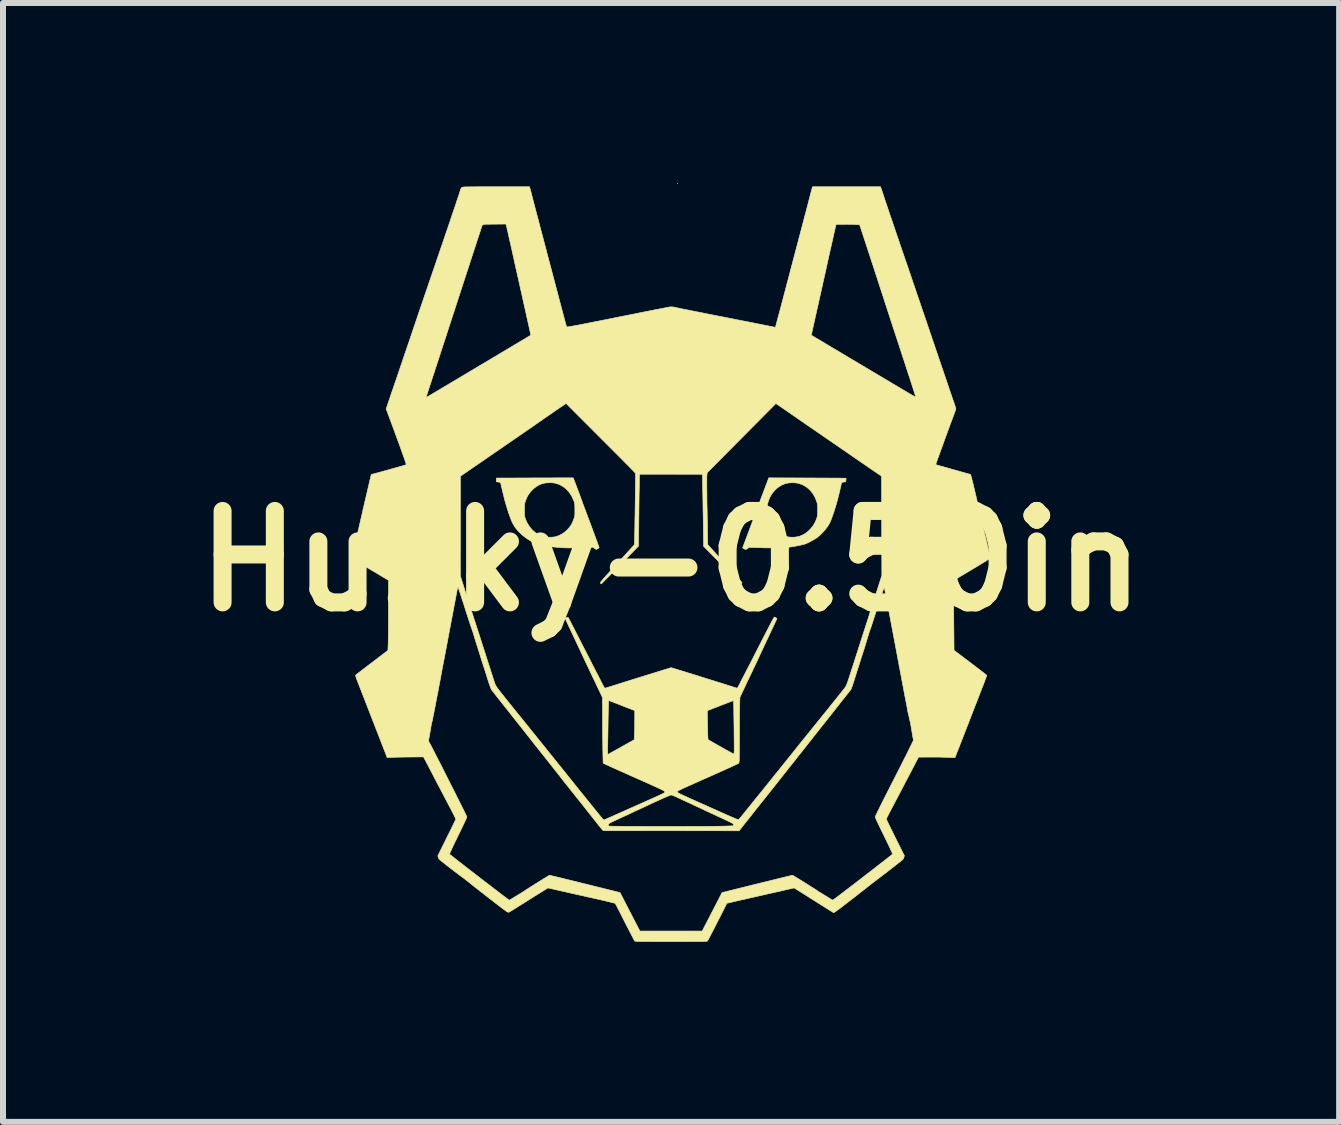
<source format=kicad_pcb>
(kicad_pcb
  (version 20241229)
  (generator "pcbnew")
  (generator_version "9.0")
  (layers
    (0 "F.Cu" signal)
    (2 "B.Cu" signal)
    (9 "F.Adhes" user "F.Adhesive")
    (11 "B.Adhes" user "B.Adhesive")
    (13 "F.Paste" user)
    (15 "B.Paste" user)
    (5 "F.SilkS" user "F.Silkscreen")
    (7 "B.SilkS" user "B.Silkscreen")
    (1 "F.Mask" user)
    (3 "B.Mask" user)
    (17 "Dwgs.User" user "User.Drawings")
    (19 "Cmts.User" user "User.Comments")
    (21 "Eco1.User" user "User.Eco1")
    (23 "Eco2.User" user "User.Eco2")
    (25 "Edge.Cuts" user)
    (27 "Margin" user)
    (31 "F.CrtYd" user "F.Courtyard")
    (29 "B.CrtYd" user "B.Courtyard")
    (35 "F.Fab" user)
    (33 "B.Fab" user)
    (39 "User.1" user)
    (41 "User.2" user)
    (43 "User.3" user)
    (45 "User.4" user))
  (footprint "Husky-0.50in"
    (layer "F.Cu")
    (at 8.135 6.301)
    (property "Reference" "Husky-0.50in" (at 0 0 0) (layer "F.SilkS") (effects (font (size 1.524 1.524) (thickness 0.3))))
    (attr through_hole)
    (fp_poly (pts (xy 0.108 -6.293) (xy 0.105 -6.289) (xy 0.102 -6.293) (xy 0.105 -6.296) (xy 0.108 -6.293)) (stroke (width 0.01) (type solid)) (fill yes) (layer "F.SilkS"))
    (fp_poly (pts (xy 2.272 -1.384) (xy 2.361 -1.384) (xy 2.447 -1.383) (xy 2.528 -1.383) (xy 2.604 -1.383) (xy 2.674 -1.382) (xy 2.737 -1.382) (xy 2.791 -1.382) (xy 2.837 -1.381) (xy 2.874 -1.381) (xy 2.9 -1.38) (xy 2.914 -1.38) (xy 2.917 -1.38) (xy 2.918 -1.373) (xy 2.916 -1.357) (xy 2.915 -1.349) (xy 2.911 -1.32) (xy 2.877 -1.316) (xy 2.844 -1.311) (xy 2.804 -1.138) (xy 2.782 -1.049) (xy 2.757 -0.956) (xy 2.729 -0.864) (xy 2.7 -0.776) (xy 2.671 -0.696) (xy 2.657 -0.66) (xy 2.635 -0.616) (xy 2.604 -0.568) (xy 2.567 -0.52) (xy 2.525 -0.473) (xy 2.482 -0.43) (xy 2.438 -0.393) (xy 2.408 -0.373) (xy 2.354 -0.342) (xy 2.305 -0.315) (xy 2.262 -0.295) (xy 2.227 -0.281) (xy 2.226 -0.281) (xy 2.202 -0.274) (xy 2.17 -0.267) (xy 2.132 -0.259) (xy 2.091 -0.251) (xy 2.05 -0.243) (xy 2.012 -0.237) (xy 1.979 -0.232) (xy 1.954 -0.23) (xy 1.945 -0.23) (xy 1.927 -0.229) (xy 1.9 -0.227) (xy 1.867 -0.225) (xy 1.833 -0.222) (xy 1.829 -0.222) (xy 1.797 -0.22) (xy 1.762 -0.218) (xy 1.721 -0.218) (xy 1.674 -0.218) (xy 1.617 -0.219) (xy 1.55 -0.22) (xy 1.523 -0.221) (xy 1.303 -0.228) (xy 1.276 -0.209) (xy 1.259 -0.198) (xy 1.247 -0.193) (xy 1.236 -0.194) (xy 1.221 -0.201) (xy 1.215 -0.204) (xy 1.201 -0.213) (xy 1.194 -0.22) (xy 1.194 -0.222) (xy 1.197 -0.228) (xy 1.203 -0.246) (xy 1.213 -0.272) (xy 1.226 -0.307) (xy 1.242 -0.349) (xy 1.26 -0.397) (xy 1.279 -0.449) (xy 1.3 -0.504) (xy 1.321 -0.562) (xy 1.343 -0.62) (xy 1.364 -0.678) (xy 1.385 -0.734) (xy 1.405 -0.787) (xy 1.423 -0.835) (xy 1.426 -0.843) (xy 1.6 -0.843) (xy 1.604 -0.793) (xy 1.61 -0.746) (xy 1.619 -0.711) (xy 1.647 -0.639) (xy 1.684 -0.575) (xy 1.73 -0.52) (xy 1.784 -0.473) (xy 1.844 -0.436) (xy 1.91 -0.41) (xy 1.919 -0.408) (xy 1.968 -0.399) (xy 2.023 -0.396) (xy 2.078 -0.399) (xy 2.129 -0.409) (xy 2.152 -0.416) (xy 2.214 -0.444) (xy 2.272 -0.484) (xy 2.324 -0.533) (xy 2.369 -0.59) (xy 2.405 -0.653) (xy 2.427 -0.706) (xy 2.433 -0.727) (xy 2.438 -0.746) (xy 2.441 -0.767) (xy 2.443 -0.792) (xy 2.443 -0.825) (xy 2.443 -0.848) (xy 2.443 -0.886) (xy 2.442 -0.916) (xy 2.44 -0.939) (xy 2.437 -0.96) (xy 2.431 -0.98) (xy 2.429 -0.988) (xy 2.401 -1.06) (xy 2.363 -1.124) (xy 2.318 -1.18) (xy 2.265 -1.227) (xy 2.206 -1.264) (xy 2.14 -1.29) (xy 2.112 -1.297) (xy 2.062 -1.304) (xy 2.008 -1.305) (xy 1.953 -1.3) (xy 1.904 -1.29) (xy 1.899 -1.288) (xy 1.836 -1.261) (xy 1.778 -1.224) (xy 1.727 -1.177) (xy 1.682 -1.122) (xy 1.646 -1.06) (xy 1.62 -0.992) (xy 1.605 -0.934) (xy 1.601 -0.892) (xy 1.6 -0.843) (xy 1.426 -0.843) (xy 1.439 -0.879) (xy 1.452 -0.915) (xy 1.463 -0.944) (xy 1.467 -0.956) (xy 1.477 -0.982) (xy 1.49 -1.017) (xy 1.504 -1.055) (xy 1.518 -1.093) (xy 1.521 -1.099) (xy 1.536 -1.139) (xy 1.554 -1.186) (xy 1.572 -1.234) (xy 1.588 -1.278) (xy 1.592 -1.287) (xy 1.629 -1.386) (xy 2.272 -1.384)) (stroke (width 0.01) (type solid)) (fill yes) (layer "F.SilkS"))
    (fp_poly (pts (xy -1.573 -1.236) (xy -1.556 -1.191) (xy -1.539 -1.146) (xy -1.523 -1.104) (xy -1.51 -1.067) (xy -1.499 -1.038) (xy -1.495 -1.026) (xy -1.483 -0.994) (xy -1.47 -0.956) (xy -1.455 -0.917) (xy -1.445 -0.889) (xy -1.431 -0.854) (xy -1.416 -0.812) (xy -1.398 -0.764) (xy -1.379 -0.712) (xy -1.358 -0.658) (xy -1.337 -0.601) (xy -1.316 -0.544) (xy -1.295 -0.488) (xy -1.275 -0.434) (xy -1.257 -0.384) (xy -1.24 -0.339) (xy -1.225 -0.299) (xy -1.214 -0.267) (xy -1.205 -0.244) (xy -1.2 -0.231) (xy -1.2 -0.228) (xy -1.202 -0.218) (xy -1.216 -0.208) (xy -1.222 -0.205) (xy -1.247 -0.192) (xy -1.304 -0.23) (xy -1.52 -0.222) (xy -1.593 -0.22) (xy -1.654 -0.219) (xy -1.706 -0.218) (xy -1.749 -0.219) (xy -1.786 -0.22) (xy -1.816 -0.222) (xy -1.853 -0.225) (xy -1.891 -0.228) (xy -1.925 -0.231) (xy -1.947 -0.233) (xy -1.978 -0.236) (xy -2.016 -0.241) (xy -2.06 -0.248) (xy -2.104 -0.255) (xy -2.146 -0.263) (xy -2.182 -0.271) (xy -2.21 -0.277) (xy -2.211 -0.278) (xy -2.271 -0.3) (xy -2.334 -0.331) (xy -2.399 -0.371) (xy -2.462 -0.418) (xy -2.484 -0.436) (xy -2.549 -0.498) (xy -2.602 -0.565) (xy -2.644 -0.637) (xy -2.659 -0.671) (xy -2.698 -0.775) (xy -2.723 -0.851) (xy -2.444 -0.851) (xy -2.444 -0.812) (xy -2.443 -0.782) (xy -2.441 -0.76) (xy -2.439 -0.741) (xy -2.434 -0.724) (xy -2.428 -0.705) (xy -2.426 -0.698) (xy -2.397 -0.632) (xy -2.358 -0.571) (xy -2.312 -0.517) (xy -2.26 -0.472) (xy -2.203 -0.435) (xy -2.142 -0.41) (xy -2.121 -0.404) (xy -2.087 -0.399) (xy -2.047 -0.396) (xy -2.003 -0.396) (xy -1.962 -0.399) (xy -1.928 -0.404) (xy -1.922 -0.405) (xy -1.86 -0.428) (xy -1.8 -0.461) (xy -1.746 -0.504) (xy -1.733 -0.516) (xy -1.696 -0.557) (xy -1.667 -0.597) (xy -1.643 -0.642) (xy -1.623 -0.693) (xy -1.615 -0.715) (xy -1.61 -0.733) (xy -1.606 -0.75) (xy -1.604 -0.769) (xy -1.603 -0.794) (xy -1.603 -0.826) (xy -1.603 -0.851) (xy -1.603 -0.89) (xy -1.604 -0.919) (xy -1.605 -0.942) (xy -1.608 -0.96) (xy -1.612 -0.977) (xy -1.618 -0.997) (xy -1.621 -1.004) (xy -1.651 -1.073) (xy -1.69 -1.135) (xy -1.736 -1.189) (xy -1.79 -1.234) (xy -1.832 -1.26) (xy -1.882 -1.283) (xy -1.93 -1.297) (xy -1.98 -1.305) (xy -2.023 -1.306) (xy -2.095 -1.301) (xy -2.162 -1.284) (xy -2.223 -1.256) (xy -2.28 -1.215) (xy -2.313 -1.185) (xy -2.35 -1.144) (xy -2.379 -1.104) (xy -2.403 -1.06) (xy -2.424 -1.008) (xy -2.431 -0.987) (xy -2.437 -0.969) (xy -2.44 -0.952) (xy -2.442 -0.932) (xy -2.443 -0.908) (xy -2.444 -0.875) (xy -2.444 -0.851) (xy -2.723 -0.851) (xy -2.734 -0.884) (xy -2.768 -1) (xy -2.798 -1.121) (xy -2.809 -1.168) (xy -2.819 -1.211) (xy -2.828 -1.248) (xy -2.835 -1.277) (xy -2.839 -1.298) (xy -2.842 -1.309) (xy -2.842 -1.31) (xy -2.848 -1.312) (xy -2.863 -1.314) (xy -2.877 -1.316) (xy -2.912 -1.321) (xy -2.912 -1.383) (xy -2.396 -1.384) (xy -2.312 -1.385) (xy -2.23 -1.385) (xy -2.149 -1.385) (xy -2.073 -1.385) (xy -2.001 -1.385) (xy -1.935 -1.386) (xy -1.877 -1.386) (xy -1.827 -1.386) (xy -1.787 -1.386) (xy -1.759 -1.386) (xy -1.755 -1.386) (xy -1.63 -1.386) (xy -1.573 -1.236)) (stroke (width 0.01) (type solid)) (fill yes) (layer "F.SilkS"))
    (fp_poly (pts (xy 3.501 -6.211) (xy 3.508 -6.193) (xy 3.517 -6.167) (xy 3.526 -6.138) (xy 3.53 -6.127) (xy 3.539 -6.099) (xy 3.551 -6.061) (xy 3.567 -6.013) (xy 3.586 -5.957) (xy 3.608 -5.893) (xy 3.631 -5.823) (xy 3.656 -5.749) (xy 3.683 -5.671) (xy 3.71 -5.591) (xy 3.738 -5.509) (xy 3.765 -5.428) (xy 3.793 -5.348) (xy 3.819 -5.27) (xy 3.845 -5.196) (xy 3.852 -5.174) (xy 3.876 -5.105) (xy 3.9 -5.034) (xy 3.925 -4.962) (xy 3.949 -4.893) (xy 3.971 -4.827) (xy 3.992 -4.767) (xy 4.009 -4.715) (xy 4.024 -4.673) (xy 4.024 -4.671) (xy 4.039 -4.626) (xy 4.058 -4.572) (xy 4.079 -4.51) (xy 4.101 -4.443) (xy 4.125 -4.374) (xy 4.149 -4.305) (xy 4.171 -4.238) (xy 4.18 -4.212) (xy 4.203 -4.144) (xy 4.228 -4.072) (xy 4.254 -3.997) (xy 4.279 -3.922) (xy 4.303 -3.851) (xy 4.325 -3.785) (xy 4.345 -3.729) (xy 4.349 -3.715) (xy 4.369 -3.657) (xy 4.392 -3.589) (xy 4.416 -3.517) (xy 4.442 -3.442) (xy 4.467 -3.368) (xy 4.491 -3.298) (xy 4.505 -3.256) (xy 4.525 -3.198) (xy 4.545 -3.139) (xy 4.565 -3.081) (xy 4.583 -3.027) (xy 4.6 -2.978) (xy 4.613 -2.938) (xy 4.624 -2.907) (xy 4.624 -2.906) (xy 4.638 -2.864) (xy 4.655 -2.815) (xy 4.673 -2.763) (xy 4.69 -2.712) (xy 4.704 -2.674) (xy 4.717 -2.636) (xy 4.728 -2.601) (xy 4.738 -2.572) (xy 4.744 -2.55) (xy 4.747 -2.539) (xy 4.747 -2.537) (xy 4.745 -2.527) (xy 4.739 -2.508) (xy 4.731 -2.484) (xy 4.725 -2.47) (xy 4.712 -2.433) (xy 4.695 -2.389) (xy 4.677 -2.34) (xy 4.656 -2.285) (xy 4.635 -2.226) (xy 4.612 -2.164) (xy 4.589 -2.1) (xy 4.565 -2.036) (xy 4.542 -1.972) (xy 4.52 -1.91) (xy 4.498 -1.851) (xy 4.478 -1.796) (xy 4.46 -1.745) (xy 4.444 -1.701) (xy 4.431 -1.664) (xy 4.421 -1.636) (xy 4.415 -1.616) (xy 4.412 -1.608) (xy 4.412 -1.608) (xy 4.419 -1.605) (xy 4.436 -1.6) (xy 4.462 -1.592) (xy 4.497 -1.582) (xy 4.538 -1.571) (xy 4.583 -1.558) (xy 4.633 -1.544) (xy 4.684 -1.529) (xy 4.735 -1.515) (xy 4.786 -1.501) (xy 4.834 -1.487) (xy 4.878 -1.475) (xy 4.916 -1.464) (xy 4.948 -1.456) (xy 4.971 -1.449) (xy 4.984 -1.446) (xy 4.986 -1.446) (xy 4.988 -1.444) (xy 4.991 -1.441) (xy 4.994 -1.434) (xy 4.998 -1.424) (xy 5.002 -1.409) (xy 5.008 -1.39) (xy 5.014 -1.365) (xy 5.022 -1.333) (xy 5.032 -1.295) (xy 5.043 -1.249) (xy 5.056 -1.195) (xy 5.071 -1.131) (xy 5.088 -1.059) (xy 5.107 -0.975) (xy 5.129 -0.881) (xy 5.154 -0.776) (xy 5.159 -0.752) (xy 5.18 -0.66) (xy 5.201 -0.572) (xy 5.22 -0.488) (xy 5.239 -0.409) (xy 5.256 -0.335) (xy 5.271 -0.269) (xy 5.285 -0.209) (xy 5.297 -0.158) (xy 5.307 -0.116) (xy 5.314 -0.084) (xy 5.319 -0.063) (xy 5.322 -0.052) (xy 5.322 -0.052) (xy 5.317 -0.046) (xy 5.301 -0.034) (xy 5.274 -0.016) (xy 5.237 0.008) (xy 5.188 0.037) (xy 5.129 0.073) (xy 5.101 0.09) (xy 5.049 0.121) (xy 4.996 0.153) (xy 4.946 0.183) (xy 4.899 0.211) (xy 4.857 0.236) (xy 4.823 0.256) (xy 4.797 0.272) (xy 4.795 0.273) (xy 4.712 0.323) (xy 4.71 0.459) (xy 4.71 0.489) (xy 4.71 0.531) (xy 4.71 0.582) (xy 4.71 0.641) (xy 4.71 0.708) (xy 4.711 0.779) (xy 4.711 0.855) (xy 4.712 0.933) (xy 4.712 1.012) (xy 4.713 1.042) (xy 4.717 1.488) (xy 4.99 1.695) (xy 5.042 1.734) (xy 5.09 1.771) (xy 5.135 1.805) (xy 5.174 1.836) (xy 5.207 1.861) (xy 5.234 1.882) (xy 5.252 1.897) (xy 5.262 1.905) (xy 5.263 1.907) (xy 5.261 1.913) (xy 5.255 1.931) (xy 5.245 1.957) (xy 5.232 1.991) (xy 5.217 2.032) (xy 5.199 2.078) (xy 5.181 2.123) (xy 5.164 2.169) (xy 5.143 2.222) (xy 5.12 2.282) (xy 5.095 2.346) (xy 5.068 2.415) (xy 5.04 2.486) (xy 5.012 2.56) (xy 4.983 2.635) (xy 4.954 2.71) (xy 4.925 2.784) (xy 4.897 2.856) (xy 4.87 2.925) (xy 4.845 2.99) (xy 4.821 3.051) (xy 4.8 3.105) (xy 4.782 3.152) (xy 4.766 3.191) (xy 4.755 3.221) (xy 4.747 3.242) (xy 4.743 3.25) (xy 4.733 3.277) (xy 4.595 3.272) (xy 4.554 3.271) (xy 4.518 3.27) (xy 4.489 3.269) (xy 4.467 3.268) (xy 4.456 3.268) (xy 4.454 3.268) (xy 4.447 3.268) (xy 4.429 3.268) (xy 4.402 3.268) (xy 4.367 3.268) (xy 4.327 3.268) (xy 4.288 3.268) (xy 4.125 3.269) (xy 3.945 3.615) (xy 3.909 3.682) (xy 3.873 3.752) (xy 3.837 3.821) (xy 3.801 3.889) (xy 3.768 3.953) (xy 3.737 4.011) (xy 3.71 4.063) (xy 3.687 4.107) (xy 3.676 4.127) (xy 3.653 4.17) (xy 3.633 4.209) (xy 3.616 4.242) (xy 3.602 4.27) (xy 3.592 4.289) (xy 3.588 4.3) (xy 3.588 4.301) (xy 3.59 4.307) (xy 3.598 4.324) (xy 3.611 4.351) (xy 3.628 4.385) (xy 3.648 4.427) (xy 3.671 4.474) (xy 3.697 4.527) (xy 3.725 4.583) (xy 3.738 4.61) (xy 3.889 4.912) (xy 3.881 4.941) (xy 3.874 4.959) (xy 3.863 4.975) (xy 3.844 4.992) (xy 3.837 4.998) (xy 3.82 5.011) (xy 3.795 5.03) (xy 3.766 5.053) (xy 3.734 5.079) (xy 3.709 5.098) (xy 3.672 5.127) (xy 3.629 5.16) (xy 3.584 5.195) (xy 3.54 5.228) (xy 3.51 5.251) (xy 3.471 5.281) (xy 3.425 5.316) (xy 3.377 5.353) (xy 3.33 5.389) (xy 3.29 5.42) (xy 3.227 5.47) (xy 3.164 5.519) (xy 3.102 5.568) (xy 3.042 5.615) (xy 2.984 5.659) (xy 2.931 5.7) (xy 2.882 5.738) (xy 2.838 5.772) (xy 2.8 5.8) (xy 2.769 5.823) (xy 2.747 5.84) (xy 2.732 5.85) (xy 2.729 5.852) (xy 2.709 5.862) (xy 2.6 5.794) (xy 2.57 5.775) (xy 2.53 5.75) (xy 2.484 5.721) (xy 2.433 5.689) (xy 2.379 5.655) (xy 2.325 5.621) (xy 2.272 5.587) (xy 2.052 5.449) (xy 1.885 5.487) (xy 1.843 5.497) (xy 1.791 5.509) (xy 1.73 5.522) (xy 1.664 5.537) (xy 1.595 5.553) (xy 1.524 5.569) (xy 1.455 5.585) (xy 1.411 5.595) (xy 1.347 5.609) (xy 1.284 5.624) (xy 1.223 5.638) (xy 1.166 5.65) (xy 1.115 5.662) (xy 1.072 5.672) (xy 1.038 5.68) (xy 1.017 5.685) (xy 0.929 5.706) (xy 0.883 5.799) (xy 0.864 5.837) (xy 0.842 5.88) (xy 0.818 5.928) (xy 0.792 5.978) (xy 0.766 6.029) (xy 0.74 6.081) (xy 0.714 6.131) (xy 0.69 6.178) (xy 0.667 6.221) (xy 0.648 6.259) (xy 0.631 6.291) (xy 0.619 6.314) (xy 0.611 6.328) (xy 0.609 6.331) (xy 0.608 6.333) (xy 0.605 6.335) (xy 0.601 6.337) (xy 0.595 6.338) (xy 0.585 6.339) (xy 0.572 6.34) (xy 0.555 6.341) (xy 0.531 6.342) (xy 0.502 6.342) (xy 0.466 6.343) (xy 0.422 6.343) (xy 0.37 6.343) (xy 0.309 6.343) (xy 0.237 6.344) (xy 0.155 6.344) (xy 0.062 6.344) (xy 0.000203 6.344) (xy -0.101 6.344) (xy -0.19 6.344) (xy -0.267 6.344) (xy -0.334 6.343) (xy -0.392 6.343) (xy -0.441 6.343) (xy -0.481 6.343) (xy -0.514 6.342) (xy -0.541 6.342) (xy -0.562 6.341) (xy -0.577 6.34) (xy -0.589 6.339) (xy -0.597 6.337) (xy -0.602 6.336) (xy -0.605 6.334) (xy -0.607 6.332) (xy -0.608 6.331) (xy -0.614 6.32) (xy -0.626 6.299) (xy -0.642 6.267) (xy -0.663 6.226) (xy -0.689 6.177) (xy -0.718 6.119) (xy -0.752 6.054) (xy -0.788 5.983) (xy -0.827 5.906) (xy -0.831 5.898) (xy -0.854 5.853) (xy -0.875 5.812) (xy -0.894 5.775) (xy -0.909 5.746) (xy -0.921 5.724) (xy -0.928 5.711) (xy -0.93 5.708) (xy -0.937 5.705) (xy -0.957 5.699) (xy -0.986 5.692) (xy -1.025 5.682) (xy -1.072 5.671) (xy -1.126 5.658) (xy -1.186 5.644) (xy -1.251 5.63) (xy -1.278 5.624) (xy -1.31 5.617) (xy -1.353 5.607) (xy -1.404 5.596) (xy -1.462 5.582) (xy -1.526 5.568) (xy -1.592 5.553) (xy -1.66 5.538) (xy -1.728 5.522) (xy -1.729 5.522) (xy -2.052 5.449) (xy -2.254 5.575) (xy -2.307 5.608) (xy -2.362 5.642) (xy -2.417 5.677) (xy -2.469 5.71) (xy -2.518 5.74) (xy -2.559 5.766) (xy -2.579 5.779) (xy -2.615 5.801) (xy -2.647 5.821) (xy -2.674 5.837) (xy -2.694 5.849) (xy -2.706 5.855) (xy -2.709 5.856) (xy -2.718 5.853) (xy -2.733 5.847) (xy -2.735 5.846) (xy -2.744 5.84) (xy -2.761 5.827) (xy -2.787 5.808) (xy -2.819 5.784) (xy -2.857 5.755) (xy -2.899 5.723) (xy -2.945 5.688) (xy -2.993 5.65) (xy -3.043 5.612) (xy -3.092 5.574) (xy -3.141 5.535) (xy -3.188 5.499) (xy -3.232 5.464) (xy -3.272 5.433) (xy -3.306 5.406) (xy -3.335 5.383) (xy -3.355 5.366) (xy -3.364 5.359) (xy -3.387 5.341) (xy -3.416 5.318) (xy -3.447 5.294) (xy -3.473 5.275) (xy -3.495 5.259) (xy -3.525 5.237) (xy -3.561 5.209) (xy -3.602 5.178) (xy -3.645 5.145) (xy -3.689 5.111) (xy -3.705 5.099) (xy -3.751 5.063) (xy -3.787 5.034) (xy -3.816 5.012) (xy -3.837 4.994) (xy -3.853 4.98) (xy -3.864 4.969) (xy -3.871 4.96) (xy -3.876 4.952) (xy -3.879 4.944) (xy -3.879 4.942) (xy -3.887 4.914) (xy -3.738 4.612) (xy -3.709 4.554) (xy -3.682 4.5) (xy -3.658 4.45) (xy -3.636 4.405) (xy -3.618 4.367) (xy -3.603 4.337) (xy -3.593 4.315) (xy -3.588 4.303) (xy -3.588 4.301) (xy -3.59 4.294) (xy -3.599 4.276) (xy -3.611 4.251) (xy -3.627 4.218) (xy -3.647 4.181) (xy -3.668 4.139) (xy -3.673 4.13) (xy -3.705 4.069) (xy -3.742 3.999) (xy -3.782 3.923) (xy -3.824 3.842) (xy -3.868 3.758) (xy -3.912 3.675) (xy -3.954 3.594) (xy -3.994 3.517) (xy -4.031 3.446) (xy -4.061 3.389) (xy -4.126 3.265) (xy -4.346 3.267) (xy -4.402 3.267) (xy -4.458 3.268) (xy -4.512 3.269) (xy -4.561 3.27) (xy -4.603 3.271) (xy -4.636 3.272) (xy -4.649 3.272) (xy -4.732 3.276) (xy -4.842 2.992) (xy -4.043 2.992) (xy -4.041 3.004) (xy -4.041 3.004) (xy -4.036 3.012) (xy -4.026 3.031) (xy -4.011 3.058) (xy -3.992 3.095) (xy -3.969 3.139) (xy -3.943 3.19) (xy -3.914 3.247) (xy -3.882 3.309) (xy -3.848 3.375) (xy -3.813 3.444) (xy -3.777 3.516) (xy -3.74 3.589) (xy -3.703 3.663) (xy -3.666 3.736) (xy -3.629 3.808) (xy -3.594 3.878) (xy -3.561 3.945) (xy -3.529 4.008) (xy -3.5 4.066) (xy -3.474 4.118) (xy -3.451 4.164) (xy -3.432 4.203) (xy -3.418 4.233) (xy -3.408 4.254) (xy -3.403 4.264) (xy -3.403 4.265) (xy -3.406 4.274) (xy -3.413 4.293) (xy -3.426 4.321) (xy -3.443 4.357) (xy -3.463 4.4) (xy -3.486 4.448) (xy -3.512 4.502) (xy -3.54 4.559) (xy -3.55 4.579) (xy -3.583 4.648) (xy -3.613 4.709) (xy -3.638 4.762) (xy -3.659 4.807) (xy -3.675 4.842) (xy -3.686 4.867) (xy -3.691 4.882) (xy -3.692 4.886) (xy -3.686 4.891) (xy -3.67 4.903) (xy -3.647 4.922) (xy -3.615 4.947) (xy -3.578 4.977) (xy -3.534 5.011) (xy -3.485 5.049) (xy -3.432 5.09) (xy -3.376 5.134) (xy -3.317 5.179) (xy -3.256 5.226) (xy -3.195 5.273) (xy -3.134 5.321) (xy -3.073 5.367) (xy -3.014 5.412) (xy -2.958 5.456) (xy -2.905 5.496) (xy -2.856 5.534) (xy -2.812 5.567) (xy -2.774 5.596) (xy -2.743 5.619) (xy -2.719 5.637) (xy -2.704 5.648) (xy -2.697 5.652) (xy -2.697 5.652) (xy -2.688 5.649) (xy -2.672 5.64) (xy -2.651 5.628) (xy -2.646 5.625) (xy -2.625 5.611) (xy -2.595 5.593) (xy -2.562 5.573) (xy -2.528 5.552) (xy -2.52 5.547) (xy -2.491 5.53) (xy -2.466 5.514) (xy -2.447 5.502) (xy -2.436 5.495) (xy -2.434 5.493) (xy -2.428 5.488) (xy -2.412 5.478) (xy -2.388 5.463) (xy -2.358 5.443) (xy -2.323 5.421) (xy -2.285 5.397) (xy -2.245 5.372) (xy -2.204 5.346) (xy -2.163 5.321) (xy -2.126 5.298) (xy -2.092 5.277) (xy -2.063 5.26) (xy -2.042 5.247) (xy -2.028 5.24) (xy -2.024 5.238) (xy -2.017 5.239) (xy -1.999 5.244) (xy -1.969 5.251) (xy -1.93 5.26) (xy -1.882 5.272) (xy -1.826 5.285) (xy -1.763 5.301) (xy -1.694 5.318) (xy -1.619 5.336) (xy -1.539 5.356) (xy -1.456 5.377) (xy -1.433 5.382) (xy -0.85 5.527) (xy -0.685 5.848) (xy -0.519 6.168) (xy 0.519 6.168) (xy 0.685 5.848) (xy 0.85 5.527) (xy 1.433 5.382) (xy 1.517 5.361) (xy 1.598 5.342) (xy 1.674 5.323) (xy 1.745 5.305) (xy 1.81 5.289) (xy 1.868 5.275) (xy 1.918 5.263) (xy 1.96 5.253) (xy 1.992 5.245) (xy 2.013 5.24) (xy 2.024 5.238) (xy 2.024 5.238) (xy 2.031 5.241) (xy 2.047 5.25) (xy 2.071 5.265) (xy 2.101 5.283) (xy 2.136 5.304) (xy 2.174 5.328) (xy 2.215 5.353) (xy 2.256 5.379) (xy 2.296 5.404) (xy 2.333 5.428) (xy 2.367 5.449) (xy 2.396 5.467) (xy 2.417 5.481) (xy 2.431 5.49) (xy 2.434 5.493) (xy 2.441 5.498) (xy 2.456 5.508) (xy 2.478 5.522) (xy 2.505 5.538) (xy 2.52 5.547) (xy 2.554 5.568) (xy 2.587 5.588) (xy 2.618 5.607) (xy 2.642 5.622) (xy 2.646 5.625) (xy 2.667 5.638) (xy 2.685 5.647) (xy 2.696 5.652) (xy 2.697 5.652) (xy 2.703 5.648) (xy 2.718 5.637) (xy 2.742 5.62) (xy 2.773 5.597) (xy 2.811 5.568) (xy 2.854 5.535) (xy 2.903 5.497) (xy 2.956 5.457) (xy 3.012 5.414) (xy 3.071 5.369) (xy 3.132 5.322) (xy 3.193 5.275) (xy 3.254 5.227) (xy 3.315 5.181) (xy 3.374 5.135) (xy 3.43 5.091) (xy 3.483 5.05) (xy 3.532 5.012) (xy 3.576 4.978) (xy 3.614 4.948) (xy 3.646 4.923) (xy 3.67 4.904) (xy 3.685 4.891) (xy 3.692 4.886) (xy 3.692 4.886) (xy 3.69 4.878) (xy 3.683 4.86) (xy 3.67 4.832) (xy 3.653 4.794) (xy 3.631 4.746) (xy 3.604 4.691) (xy 3.573 4.627) (xy 3.55 4.579) (xy 3.522 4.522) (xy 3.495 4.467) (xy 3.471 4.417) (xy 3.449 4.371) (xy 3.431 4.333) (xy 3.417 4.302) (xy 3.408 4.279) (xy 3.403 4.267) (xy 3.403 4.265) (xy 3.406 4.258) (xy 3.414 4.239) (xy 3.427 4.211) (xy 3.445 4.174) (xy 3.468 4.128) (xy 3.494 4.075) (xy 3.524 4.015) (xy 3.557 3.949) (xy 3.593 3.878) (xy 3.632 3.802) (xy 3.672 3.722) (xy 3.715 3.639) (xy 3.721 3.626) (xy 3.764 3.542) (xy 3.805 3.462) (xy 3.844 3.385) (xy 3.88 3.313) (xy 3.914 3.246) (xy 3.944 3.185) (xy 3.971 3.131) (xy 3.994 3.084) (xy 4.013 3.046) (xy 4.027 3.017) (xy 4.036 2.997) (xy 4.04 2.988) (xy 4.04 2.987) (xy 4.038 2.972) (xy 4.034 2.952) (xy 4.033 2.947) (xy 4.028 2.924) (xy 4.024 2.902) (xy 4.024 2.899) (xy 4.021 2.88) (xy 4.017 2.855) (xy 4.015 2.842) (xy 4.01 2.816) (xy 4.005 2.785) (xy 4.002 2.766) (xy 3.998 2.741) (xy 3.994 2.72) (xy 3.992 2.708) (xy 3.989 2.695) (xy 3.984 2.673) (xy 3.978 2.647) (xy 3.976 2.638) (xy 3.969 2.607) (xy 3.962 2.575) (xy 3.956 2.549) (xy 3.955 2.546) (xy 3.949 2.521) (xy 3.944 2.497) (xy 3.942 2.485) (xy 3.94 2.471) (xy 3.936 2.447) (xy 3.93 2.416) (xy 3.924 2.383) (xy 3.923 2.38) (xy 3.919 2.358) (xy 3.912 2.325) (xy 3.904 2.282) (xy 3.894 2.231) (xy 3.883 2.174) (xy 3.872 2.112) (xy 3.859 2.046) (xy 3.846 1.978) (xy 3.84 1.944) (xy 3.808 1.776) (xy 3.779 1.62) (xy 3.752 1.476) (xy 3.727 1.343) (xy 3.704 1.222) (xy 3.683 1.111) (xy 3.664 1.01) (xy 3.647 0.919) (xy 3.631 0.837) (xy 3.617 0.764) (xy 3.605 0.7) (xy 3.595 0.645) (xy 3.586 0.597) (xy 3.578 0.556) (xy 3.571 0.523) (xy 3.566 0.497) (xy 3.562 0.476) (xy 3.559 0.462) (xy 3.558 0.453) (xy 3.557 0.45) (xy 3.555 0.446) (xy 3.553 0.446) (xy 3.549 0.452) (xy 3.544 0.463) (xy 3.536 0.482) (xy 3.527 0.509) (xy 3.515 0.545) (xy 3.499 0.591) (xy 3.481 0.647) (xy 3.463 0.703) (xy 3.444 0.761) (xy 3.425 0.819) (xy 3.408 0.873) (xy 3.392 0.921) (xy 3.379 0.961) (xy 3.374 0.978) (xy 3.361 1.017) (xy 3.349 1.055) (xy 3.338 1.089) (xy 3.328 1.116) (xy 3.323 1.131) (xy 3.317 1.147) (xy 3.312 1.161) (xy 3.307 1.177) (xy 3.3 1.197) (xy 3.293 1.221) (xy 3.283 1.253) (xy 3.271 1.294) (xy 3.262 1.322) (xy 3.253 1.353) (xy 3.24 1.394) (xy 3.226 1.441) (xy 3.21 1.491) (xy 3.193 1.542) (xy 3.181 1.58) (xy 3.164 1.633) (xy 3.145 1.695) (xy 3.124 1.761) (xy 3.102 1.828) (xy 3.082 1.892) (xy 3.067 1.94) (xy 3.052 1.988) (xy 3.038 2.031) (xy 3.025 2.07) (xy 3.014 2.102) (xy 3.005 2.125) (xy 3 2.139) (xy 2.999 2.141) (xy 2.993 2.148) (xy 2.98 2.164) (xy 2.962 2.188) (xy 2.938 2.218) (xy 2.91 2.253) (xy 2.879 2.292) (xy 2.847 2.332) (xy 2.784 2.413) (xy 2.721 2.493) (xy 2.659 2.571) (xy 2.6 2.646) (xy 2.544 2.717) (xy 2.491 2.783) (xy 2.443 2.844) (xy 2.4 2.898) (xy 2.363 2.945) (xy 2.333 2.984) (xy 2.316 3.005) (xy 2.294 3.032) (xy 2.266 3.068) (xy 2.233 3.11) (xy 2.198 3.155) (xy 2.161 3.201) (xy 2.124 3.247) (xy 2.112 3.263) (xy 2.043 3.351) (xy 1.966 3.447) (xy 1.884 3.551) (xy 1.797 3.661) (xy 1.706 3.776) (xy 1.612 3.894) (xy 1.549 3.974) (xy 1.508 4.024) (xy 1.463 4.081) (xy 1.416 4.14) (xy 1.37 4.199) (xy 1.326 4.255) (xy 1.287 4.304) (xy 1.284 4.308) (xy 1.253 4.347) (xy 1.223 4.384) (xy 1.197 4.417) (xy 1.175 4.445) (xy 1.159 4.466) (xy 1.148 4.479) (xy 1.146 4.482) (xy 1.135 4.496) (xy 0.002 4.495) (xy -1.13 4.495) (xy -1.158 4.463) (xy -1.169 4.45) (xy -1.186 4.429) (xy -1.202 4.41) (xy -1.045 4.41) (xy -1.044 4.417) (xy -1.044 4.417) (xy -1.036 4.418) (xy -1.015 4.419) (xy -0.984 4.42) (xy -0.943 4.421) (xy -0.892 4.421) (xy -0.832 4.422) (xy -0.765 4.423) (xy -0.691 4.423) (xy -0.611 4.424) (xy -0.526 4.424) (xy -0.437 4.424) (xy -0.344 4.425) (xy -0.248 4.425) (xy -0.151 4.425) (xy -0.053 4.425) (xy 0.046 4.425) (xy 0.144 4.425) (xy 0.24 4.424) (xy 0.333 4.424) (xy 0.424 4.424) (xy 0.51 4.423) (xy 0.591 4.423) (xy 0.667 4.422) (xy 0.736 4.422) (xy 0.798 4.421) (xy 0.851 4.42) (xy 0.895 4.419) (xy 0.929 4.418) (xy 0.929 4.418) (xy 1.046 4.414) (xy 1.044 4.396) (xy 1.043 4.39) (xy 1.04 4.385) (xy 1.034 4.379) (xy 1.024 4.372) (xy 1.009 4.364) (xy 0.986 4.352) (xy 0.956 4.338) (xy 0.917 4.319) (xy 0.868 4.296) (xy 0.867 4.296) (xy 0.803 4.266) (xy 0.735 4.234) (xy 0.665 4.202) (xy 0.594 4.169) (xy 0.523 4.135) (xy 0.453 4.103) (xy 0.385 4.071) (xy 0.322 4.041) (xy 0.262 4.014) (xy 0.209 3.989) (xy 0.163 3.967) (xy 0.125 3.95) (xy 0.096 3.936) (xy 0.081 3.929) (xy 0.053 3.917) (xy 0.028 3.907) (xy 0.008 3.901) (xy -0.001 3.9) (xy -0.011 3.903) (xy -0.032 3.911) (xy -0.063 3.924) (xy -0.104 3.941) (xy -0.154 3.963) (xy -0.212 3.99) (xy -0.277 4.02) (xy -0.337 4.047) (xy -0.404 4.079) (xy -0.475 4.112) (xy -0.547 4.145) (xy -0.618 4.178) (xy -0.685 4.21) (xy -0.747 4.239) (xy -0.802 4.264) (xy -0.848 4.285) (xy -0.9 4.31) (xy -0.942 4.329) (xy -0.975 4.345) (xy -1 4.357) (xy -1.018 4.367) (xy -1.03 4.374) (xy -1.037 4.38) (xy -1.041 4.386) (xy -1.043 4.391) (xy -1.044 4.396) (xy -1.045 4.41) (xy -1.202 4.41) (xy -1.209 4.401) (xy -1.236 4.367) (xy -1.266 4.329) (xy -1.298 4.289) (xy -1.308 4.276) (xy -1.345 4.229) (xy -1.387 4.176) (xy -1.432 4.118) (xy -1.479 4.06) (xy -1.523 4.004) (xy -1.564 3.953) (xy -1.568 3.948) (xy -1.598 3.911) (xy -1.634 3.865) (xy -1.676 3.812) (xy -1.722 3.754) (xy -1.771 3.693) (xy -1.821 3.629) (xy -1.872 3.564) (xy -1.923 3.5) (xy -1.959 3.454) (xy -2.005 3.395) (xy -2.051 3.338) (xy -2.094 3.283) (xy -2.135 3.231) (xy -2.173 3.184) (xy -2.206 3.142) (xy -2.234 3.106) (xy -2.256 3.079) (xy -2.271 3.06) (xy -2.272 3.059) (xy -2.287 3.04) (xy -2.306 3.016) (xy -2.328 2.987) (xy -2.355 2.953) (xy -2.387 2.913) (xy -2.423 2.867) (xy -2.465 2.814) (xy -2.513 2.753) (xy -2.567 2.685) (xy -2.628 2.608) (xy -2.695 2.523) (xy -2.77 2.428) (xy -2.811 2.377) (xy -2.847 2.331) (xy -2.882 2.287) (xy -2.913 2.248) (xy -2.94 2.213) (xy -2.963 2.183) (xy -2.98 2.162) (xy -2.991 2.148) (xy -2.993 2.144) (xy -2.999 2.133) (xy -3.008 2.111) (xy -3.019 2.081) (xy -3.032 2.045) (xy -3.044 2.006) (xy -3.048 1.995) (xy -3.06 1.957) (xy -3.075 1.909) (xy -3.092 1.854) (xy -3.111 1.795) (xy -3.131 1.734) (xy -3.15 1.674) (xy -3.163 1.634) (xy -3.18 1.578) (xy -3.198 1.522) (xy -3.215 1.468) (xy -3.231 1.417) (xy -3.245 1.373) (xy -3.256 1.338) (xy -3.263 1.316) (xy -3.277 1.269) (xy -3.288 1.232) (xy -3.297 1.203) (xy -3.304 1.179) (xy -3.311 1.159) (xy -3.318 1.14) (xy -3.325 1.119) (xy -3.327 1.115) (xy -3.334 1.095) (xy -3.344 1.065) (xy -3.356 1.028) (xy -3.37 0.987) (xy -3.384 0.943) (xy -3.39 0.924) (xy -3.403 0.883) (xy -3.418 0.837) (xy -3.434 0.787) (xy -3.45 0.736) (xy -3.467 0.684) (xy -3.484 0.634) (xy -3.499 0.586) (xy -3.513 0.542) (xy -3.526 0.504) (xy -3.536 0.474) (xy -3.543 0.452) (xy -3.547 0.44) (xy -3.547 0.44) (xy -3.551 0.436) (xy -3.555 0.443) (xy -3.556 0.446) (xy -3.558 0.455) (xy -3.563 0.475) (xy -3.569 0.505) (xy -3.577 0.546) (xy -3.586 0.595) (xy -3.597 0.653) (xy -3.61 0.717) (xy -3.623 0.787) (xy -3.637 0.863) (xy -3.652 0.943) (xy -3.667 1.02) (xy -3.688 1.131) (xy -3.709 1.244) (xy -3.73 1.356) (xy -3.751 1.468) (xy -3.772 1.579) (xy -3.793 1.687) (xy -3.813 1.792) (xy -3.832 1.893) (xy -3.85 1.99) (xy -3.867 2.081) (xy -3.883 2.166) (xy -3.898 2.244) (xy -3.912 2.314) (xy -3.923 2.376) (xy -3.933 2.428) (xy -3.942 2.47) (xy -3.948 2.501) (xy -3.951 2.52) (xy -3.958 2.554) (xy -3.966 2.591) (xy -3.972 2.624) (xy -3.973 2.629) (xy -3.978 2.654) (xy -3.983 2.675) (xy -3.987 2.688) (xy -3.987 2.689) (xy -3.99 2.695) (xy -3.992 2.703) (xy -3.994 2.715) (xy -3.997 2.733) (xy -4.001 2.759) (xy -4.006 2.789) (xy -4.011 2.821) (xy -4.015 2.839) (xy -4.02 2.868) (xy -4.025 2.901) (xy -4.027 2.915) (xy -4.032 2.94) (xy -4.037 2.964) (xy -4.04 2.975) (xy -4.043 2.992) (xy -4.842 2.992) (xy -4.916 2.802) (xy -4.947 2.722) (xy -4.979 2.64) (xy -5.011 2.558) (xy -5.042 2.478) (xy -5.072 2.401) (xy -5.1 2.328) (xy -5.126 2.261) (xy -5.149 2.203) (xy -5.168 2.153) (xy -5.182 2.119) (xy -5.203 2.063) (xy -5.221 2.018) (xy -5.234 1.983) (xy -5.244 1.956) (xy -5.251 1.935) (xy -5.255 1.921) (xy -5.256 1.911) (xy -5.256 1.905) (xy -5.254 1.9) (xy -5.252 1.898) (xy -5.245 1.892) (xy -5.229 1.879) (xy -5.204 1.86) (xy -5.173 1.836) (xy -5.135 1.807) (xy -5.092 1.774) (xy -5.045 1.738) (xy -4.995 1.7) (xy -4.98 1.689) (xy -4.719 1.49) (xy -4.715 1.39) (xy -4.714 1.367) (xy -4.713 1.333) (xy -4.713 1.289) (xy -4.712 1.235) (xy -4.712 1.174) (xy -4.711 1.107) (xy -4.711 1.034) (xy -4.711 0.957) (xy -4.71 0.878) (xy -4.71 0.806) (xy -4.709 0.322) (xy -4.789 0.274) (xy -4.819 0.256) (xy -4.848 0.239) (xy -4.871 0.225) (xy -4.886 0.216) (xy -4.889 0.214) (xy -4.899 0.208) (xy -4.919 0.196) (xy -4.947 0.18) (xy -4.982 0.159) (xy -5.022 0.135) (xy -5.066 0.109) (xy -5.113 0.081) (xy -5.114 0.081) (xy -5.16 0.054) (xy -5.203 0.028) (xy -5.24 0.006) (xy -5.272 -0.013) (xy -5.297 -0.028) (xy -5.313 -0.037) (xy -5.319 -0.041) (xy -5.32 -0.041) (xy -5.318 -0.047) (xy -3.513 -0.047) (xy -3.513 0.022) (xy -3.513 0.084) (xy -3.512 0.137) (xy -3.512 0.18) (xy -3.512 0.213) (xy -3.512 0.235) (xy -3.512 0.245) (xy -3.512 0.246) (xy -3.51 0.253) (xy -3.504 0.272) (xy -3.495 0.302) (xy -3.483 0.341) (xy -3.467 0.39) (xy -3.449 0.448) (xy -3.428 0.514) (xy -3.405 0.587) (xy -3.379 0.666) (xy -3.352 0.751) (xy -3.323 0.842) (xy -3.293 0.936) (xy -3.261 1.035) (xy -3.236 1.112) (xy -3.203 1.214) (xy -3.171 1.313) (xy -3.141 1.409) (xy -3.111 1.501) (xy -3.083 1.588) (xy -3.057 1.669) (xy -3.033 1.744) (xy -3.011 1.812) (xy -2.992 1.872) (xy -2.975 1.923) (xy -2.962 1.965) (xy -2.952 1.997) (xy -2.945 2.018) (xy -2.943 2.025) (xy -2.939 2.035) (xy -2.936 2.044) (xy -2.933 2.053) (xy -2.929 2.063) (xy -2.923 2.073) (xy -2.916 2.085) (xy -2.907 2.099) (xy -2.895 2.117) (xy -2.88 2.137) (xy -2.861 2.162) (xy -2.838 2.191) (xy -2.811 2.225) (xy -2.779 2.265) (xy -2.742 2.312) (xy -2.698 2.366) (xy -2.649 2.427) (xy -2.593 2.497) (xy -2.529 2.576) (xy -2.478 2.638) (xy -2.449 2.674) (xy -2.42 2.71) (xy -2.392 2.745) (xy -2.363 2.781) (xy -2.334 2.817) (xy -2.303 2.856) (xy -2.269 2.897) (xy -2.234 2.941) (xy -2.195 2.99) (xy -2.152 3.043) (xy -2.105 3.101) (xy -2.054 3.165) (xy -1.997 3.236) (xy -1.934 3.314) (xy -1.865 3.4) (xy -1.788 3.495) (xy -1.727 3.572) (xy -1.646 3.672) (xy -1.573 3.764) (xy -1.507 3.846) (xy -1.447 3.92) (xy -1.395 3.985) (xy -1.348 4.043) (xy -1.307 4.094) (xy -1.271 4.138) (xy -1.241 4.176) (xy -1.214 4.208) (xy -1.192 4.235) (xy -1.174 4.257) (xy -1.159 4.275) (xy -1.147 4.289) (xy -1.138 4.299) (xy -1.131 4.307) (xy -1.126 4.312) (xy -1.122 4.315) (xy -1.12 4.316) (xy -1.118 4.316) (xy -1.117 4.316) (xy -1.116 4.316) (xy -1.108 4.312) (xy -1.089 4.304) (xy -1.062 4.292) (xy -1.029 4.277) (xy -0.989 4.26) (xy -0.946 4.241) (xy -0.937 4.236) (xy -0.898 4.219) (xy -0.849 4.197) (xy -0.792 4.172) (xy -0.729 4.144) (xy -0.662 4.114) (xy -0.592 4.083) (xy -0.522 4.052) (xy -0.453 4.021) (xy -0.435 4.013) (xy -0.364 3.981) (xy -0.304 3.955) (xy -0.254 3.932) (xy -0.213 3.913) (xy -0.18 3.898) (xy -0.155 3.886) (xy -0.135 3.876) (xy -0.121 3.868) (xy -0.112 3.862) (xy -0.106 3.858) (xy -0.103 3.854) (xy -0.102 3.85) (xy -0.102 3.848) (xy -0.102 3.845) (xy -0.104 3.842) (xy -0.108 3.838) (xy -0.114 3.833) (xy -0.123 3.827) (xy -0.137 3.82) (xy -0.155 3.811) (xy -0.179 3.799) (xy -0.209 3.785) (xy -0.246 3.768) (xy -0.291 3.748) (xy -0.344 3.724) (xy -0.406 3.696) (xy -0.478 3.664) (xy -0.561 3.627) (xy -0.613 3.604) (xy -0.69 3.57) (xy -0.762 3.537) (xy -0.831 3.507) (xy -0.895 3.478) (xy -0.953 3.452) (xy -1.004 3.429) (xy -1.048 3.409) (xy -1.083 3.393) (xy -1.109 3.381) (xy -1.125 3.374) (xy -1.13 3.371) (xy -1.131 3.364) (xy -1.132 3.345) (xy -1.133 3.315) (xy -1.134 3.275) (xy -1.135 3.225) (xy -1.136 3.168) (xy -1.137 3.148) (xy -1.057 3.148) (xy -1.057 3.184) (xy -1.056 3.207) (xy -1.054 3.221) (xy -1.053 3.224) (xy -1.046 3.22) (xy -1.029 3.211) (xy -1.004 3.197) (xy -0.971 3.179) (xy -0.932 3.157) (xy -0.888 3.133) (xy -0.841 3.106) (xy -0.83 3.1) (xy -0.614 2.979) (xy -0.61 2.88) (xy -0.608 2.843) (xy -0.607 2.796) (xy -0.606 2.744) (xy -0.606 2.692) (xy -0.605 2.642) (xy -0.605 2.637) (xy -0.605 2.495) (xy 0.604 2.495) (xy 0.608 2.734) (xy 0.61 2.788) (xy 0.611 2.838) (xy 0.612 2.882) (xy 0.613 2.92) (xy 0.615 2.949) (xy 0.616 2.969) (xy 0.617 2.977) (xy 0.617 2.977) (xy 0.624 2.981) (xy 0.64 2.991) (xy 0.664 3.005) (xy 0.695 3.022) (xy 0.731 3.043) (xy 0.77 3.065) (xy 0.812 3.088) (xy 0.854 3.112) (xy 0.896 3.136) (xy 0.935 3.158) (xy 0.971 3.177) (xy 1.001 3.194) (xy 1.025 3.207) (xy 1.041 3.215) (xy 1.046 3.218) (xy 1.049 3.212) (xy 1.051 3.197) (xy 1.053 3.175) (xy 1.053 3.172) (xy 1.053 3.158) (xy 1.053 3.133) (xy 1.053 3.099) (xy 1.053 3.056) (xy 1.052 3.007) (xy 1.052 2.953) (xy 1.051 2.894) (xy 1.051 2.832) (xy 1.05 2.769) (xy 1.049 2.705) (xy 1.048 2.643) (xy 1.047 2.582) (xy 1.046 2.525) (xy 1.046 2.473) (xy 1.045 2.426) (xy 1.044 2.387) (xy 1.043 2.357) (xy 1.043 2.337) (xy 1.042 2.327) (xy 1.042 2.327) (xy 1.036 2.329) (xy 1.019 2.335) (xy 0.993 2.344) (xy 0.96 2.357) (xy 0.921 2.372) (xy 0.877 2.389) (xy 0.85 2.399) (xy 0.802 2.418) (xy 0.757 2.436) (xy 0.716 2.451) (xy 0.681 2.465) (xy 0.654 2.476) (xy 0.636 2.482) (xy 0.632 2.484) (xy 0.604 2.495) (xy -0.605 2.495) (xy -0.605 2.493) (xy -0.623 2.486) (xy -0.633 2.483) (xy -0.653 2.475) (xy -0.682 2.463) (xy -0.719 2.449) (xy -0.761 2.433) (xy -0.807 2.415) (xy -0.836 2.403) (xy -0.884 2.384) (xy -0.927 2.368) (xy -0.965 2.353) (xy -0.997 2.341) (xy -1.02 2.332) (xy -1.035 2.327) (xy -1.038 2.326) (xy -1.039 2.332) (xy -1.041 2.35) (xy -1.042 2.377) (xy -1.043 2.414) (xy -1.045 2.458) (xy -1.046 2.508) (xy -1.047 2.563) (xy -1.048 2.592) (xy -1.049 2.659) (xy -1.05 2.729) (xy -1.051 2.801) (xy -1.052 2.872) (xy -1.053 2.938) (xy -1.055 2.997) (xy -1.055 3.042) (xy -1.057 3.101) (xy -1.057 3.148) (xy -1.137 3.148) (xy -1.137 3.103) (xy -1.138 3.031) (xy -1.139 2.953) (xy -1.14 2.871) (xy -1.14 2.819) (xy -1.144 2.272) (xy -1.242 2.068) (xy -1.27 2.008) (xy -1.302 1.941) (xy -1.336 1.87) (xy -1.37 1.797) (xy -1.403 1.728) (xy -1.433 1.666) (xy -1.438 1.654) (xy -1.487 1.55) (xy -1.53 1.457) (xy -1.569 1.375) (xy -1.603 1.302) (xy -1.633 1.239) (xy -1.658 1.185) (xy -1.68 1.138) (xy -1.699 1.099) (xy -1.714 1.067) (xy -1.726 1.041) (xy -1.735 1.021) (xy -1.742 1.006) (xy -1.744 1.002) (xy -1.765 0.956) (xy -1.743 0.945) (xy -1.725 0.939) (xy -1.715 0.94) (xy -1.715 0.94) (xy -1.711 0.947) (xy -1.702 0.964) (xy -1.688 0.99) (xy -1.67 1.025) (xy -1.649 1.066) (xy -1.624 1.114) (xy -1.597 1.167) (xy -1.568 1.224) (xy -1.548 1.262) (xy -1.514 1.328) (xy -1.479 1.398) (xy -1.443 1.468) (xy -1.407 1.537) (xy -1.373 1.603) (xy -1.342 1.664) (xy -1.315 1.718) (xy -1.292 1.763) (xy -1.29 1.765) (xy -1.265 1.815) (xy -1.239 1.866) (xy -1.213 1.914) (xy -1.19 1.96) (xy -1.171 1.999) (xy -1.155 2.029) (xy -1.151 2.038) (xy -1.133 2.072) (xy -1.121 2.095) (xy -1.111 2.11) (xy -1.104 2.118) (xy -1.098 2.119) (xy -1.097 2.119) (xy -0.964 2.078) (xy -0.838 2.038) (xy -0.719 2.001) (xy -0.608 1.966) (xy -0.504 1.934) (xy -0.409 1.904) (xy -0.323 1.878) (xy -0.246 1.854) (xy -0.179 1.833) (xy -0.122 1.815) (xy -0.075 1.801) (xy -0.039 1.79) (xy -0.014 1.782) (xy -0.001 1.778) (xy 0.002 1.778) (xy 0.009 1.78) (xy 0.027 1.785) (xy 0.055 1.794) (xy 0.092 1.805) (xy 0.137 1.819) (xy 0.188 1.834) (xy 0.245 1.852) (xy 0.307 1.871) (xy 0.372 1.891) (xy 0.44 1.912) (xy 0.509 1.934) (xy 0.579 1.956) (xy 0.647 1.977) (xy 0.714 1.998) (xy 0.777 2.018) (xy 0.837 2.036) (xy 0.891 2.053) (xy 0.939 2.069) (xy 0.978 2.081) (xy 1.016 2.093) (xy 1.049 2.104) (xy 1.076 2.112) (xy 1.096 2.118) (xy 1.105 2.12) (xy 1.106 2.12) (xy 1.109 2.114) (xy 1.118 2.098) (xy 1.131 2.073) (xy 1.148 2.04) (xy 1.168 2) (xy 1.191 1.955) (xy 1.217 1.906) (xy 1.244 1.853) (xy 1.272 1.798) (xy 1.301 1.743) (xy 1.329 1.688) (xy 1.357 1.634) (xy 1.383 1.583) (xy 1.407 1.536) (xy 1.429 1.493) (xy 1.441 1.469) (xy 1.487 1.379) (xy 1.528 1.299) (xy 1.563 1.23) (xy 1.594 1.17) (xy 1.621 1.119) (xy 1.643 1.075) (xy 1.662 1.039) (xy 1.677 1.01) (xy 1.69 0.987) (xy 1.7 0.969) (xy 1.707 0.955) (xy 1.713 0.946) (xy 1.718 0.94) (xy 1.721 0.936) (xy 1.723 0.935) (xy 1.725 0.934) (xy 1.726 0.935) (xy 1.739 0.94) (xy 1.751 0.948) (xy 1.766 0.959) (xy 1.658 1.189) (xy 1.63 1.249) (xy 1.599 1.314) (xy 1.567 1.382) (xy 1.536 1.449) (xy 1.507 1.512) (xy 1.48 1.568) (xy 1.466 1.599) (xy 1.44 1.655) (xy 1.411 1.717) (xy 1.38 1.781) (xy 1.351 1.844) (xy 1.323 1.902) (xy 1.303 1.944) (xy 1.28 1.991) (xy 1.257 2.04) (xy 1.235 2.087) (xy 1.215 2.13) (xy 1.198 2.166) (xy 1.187 2.189) (xy 1.148 2.272) (xy 1.145 2.364) (xy 1.144 2.386) (xy 1.143 2.42) (xy 1.143 2.463) (xy 1.142 2.516) (xy 1.141 2.576) (xy 1.141 2.642) (xy 1.14 2.713) (xy 1.14 2.788) (xy 1.14 2.865) (xy 1.14 2.908) (xy 1.14 2.995) (xy 1.139 3.071) (xy 1.139 3.135) (xy 1.139 3.19) (xy 1.138 3.235) (xy 1.138 3.272) (xy 1.137 3.302) (xy 1.136 3.325) (xy 1.135 3.342) (xy 1.134 3.354) (xy 1.132 3.362) (xy 1.13 3.368) (xy 1.129 3.371) (xy 1.121 3.375) (xy 1.103 3.384) (xy 1.075 3.397) (xy 1.038 3.414) (xy 0.993 3.435) (xy 0.94 3.459) (xy 0.881 3.486) (xy 0.816 3.515) (xy 0.746 3.546) (xy 0.673 3.579) (xy 0.61 3.607) (xy 0.521 3.646) (xy 0.443 3.681) (xy 0.376 3.711) (xy 0.318 3.737) (xy 0.269 3.759) (xy 0.228 3.777) (xy 0.194 3.793) (xy 0.167 3.806) (xy 0.146 3.816) (xy 0.13 3.824) (xy 0.118 3.831) (xy 0.111 3.836) (xy 0.106 3.84) (xy 0.104 3.843) (xy 0.103 3.846) (xy 0.103 3.848) (xy 0.104 3.852) (xy 0.108 3.856) (xy 0.114 3.861) (xy 0.124 3.867) (xy 0.138 3.875) (xy 0.159 3.886) (xy 0.185 3.898) (xy 0.219 3.914) (xy 0.262 3.933) (xy 0.313 3.957) (xy 0.374 3.984) (xy 0.443 4.015) (xy 0.511 4.045) (xy 0.581 4.076) (xy 0.651 4.108) (xy 0.719 4.138) (xy 0.783 4.167) (xy 0.842 4.193) (xy 0.894 4.216) (xy 0.936 4.235) (xy 0.948 4.24) (xy 0.991 4.259) (xy 1.031 4.276) (xy 1.066 4.291) (xy 1.094 4.302) (xy 1.113 4.309) (xy 1.123 4.312) (xy 1.124 4.312) (xy 1.13 4.306) (xy 1.143 4.292) (xy 1.162 4.27) (xy 1.186 4.241) (xy 1.214 4.206) (xy 1.246 4.167) (xy 1.28 4.125) (xy 1.288 4.115) (xy 1.324 4.07) (xy 1.36 4.026) (xy 1.393 3.984) (xy 1.424 3.946) (xy 1.45 3.914) (xy 1.471 3.888) (xy 1.484 3.871) (xy 1.485 3.871) (xy 1.495 3.859) (xy 1.513 3.837) (xy 1.537 3.807) (xy 1.567 3.769) (xy 1.603 3.725) (xy 1.643 3.675) (xy 1.687 3.62) (xy 1.735 3.56) (xy 1.786 3.498) (xy 1.838 3.432) (xy 1.885 3.374) (xy 1.943 3.301) (xy 2.004 3.226) (xy 2.065 3.149) (xy 2.126 3.073) (xy 2.186 2.998) (xy 2.244 2.927) (xy 2.299 2.859) (xy 2.348 2.797) (xy 2.393 2.742) (xy 2.431 2.695) (xy 2.441 2.683) (xy 2.516 2.589) (xy 2.586 2.503) (xy 2.649 2.424) (xy 2.706 2.354) (xy 2.756 2.291) (xy 2.799 2.238) (xy 2.835 2.193) (xy 2.863 2.157) (xy 2.884 2.131) (xy 2.893 2.119) (xy 2.906 2.101) (xy 2.917 2.082) (xy 2.927 2.059) (xy 2.939 2.03) (xy 2.952 1.992) (xy 2.955 1.982) (xy 2.962 1.962) (xy 2.971 1.932) (xy 2.985 1.891) (xy 3.001 1.841) (xy 3.02 1.783) (xy 3.041 1.717) (xy 3.064 1.645) (xy 3.089 1.568) (xy 3.115 1.486) (xy 3.143 1.4) (xy 3.171 1.312) (xy 3.2 1.222) (xy 3.229 1.132) (xy 3.258 1.042) (xy 3.287 0.953) (xy 3.314 0.866) (xy 3.341 0.782) (xy 3.367 0.703) (xy 3.39 0.628) (xy 3.412 0.56) (xy 3.432 0.499) (xy 3.449 0.445) (xy 3.463 0.401) (xy 3.474 0.366) (xy 3.481 0.344) (xy 3.514 0.239) (xy 3.508 -1.414) (xy 3.435 -1.464) (xy 3.418 -1.476) (xy 3.391 -1.494) (xy 3.356 -1.518) (xy 3.312 -1.548) (xy 3.262 -1.583) (xy 3.205 -1.622) (xy 3.142 -1.665) (xy 3.075 -1.711) (xy 3.004 -1.76) (xy 2.93 -1.811) (xy 2.854 -1.863) (xy 2.777 -1.917) (xy 2.699 -1.97) (xy 2.621 -2.024) (xy 2.545 -2.076) (xy 2.47 -2.128) (xy 2.398 -2.177) (xy 2.358 -2.205) (xy 2.308 -2.239) (xy 2.256 -2.275) (xy 2.203 -2.312) (xy 2.153 -2.346) (xy 2.107 -2.378) (xy 2.069 -2.405) (xy 2.058 -2.412) (xy 2.016 -2.441) (xy 1.97 -2.473) (xy 1.923 -2.505) (xy 1.88 -2.535) (xy 1.844 -2.56) (xy 1.747 -2.625) (xy 0.602 -1.471) (xy 0.597 -1.416) (xy 0.597 -1.401) (xy 0.596 -1.374) (xy 0.596 -1.337) (xy 0.596 -1.291) (xy 0.596 -1.235) (xy 0.597 -1.173) (xy 0.598 -1.104) (xy 0.598 -1.029) (xy 0.599 -0.95) (xy 0.601 -0.868) (xy 0.602 -0.817) (xy 0.611 -0.274) (xy 0.673 -0.205) (xy 0.69 -0.187) (xy 0.715 -0.16) (xy 0.745 -0.126) (xy 0.781 -0.087) (xy 0.821 -0.043) (xy 0.864 0.004) (xy 0.909 0.053) (xy 0.954 0.103) (xy 0.959 0.108) (xy 1.002 0.155) (xy 1.042 0.199) (xy 1.079 0.24) (xy 1.111 0.277) (xy 1.139 0.308) (xy 1.16 0.333) (xy 1.175 0.351) (xy 1.182 0.36) (xy 1.182 0.361) (xy 1.177 0.373) (xy 1.172 0.378) (xy 1.168 0.378) (xy 1.161 0.375) (xy 1.152 0.368) (xy 1.138 0.357) (xy 1.119 0.339) (xy 1.095 0.316) (xy 1.064 0.285) (xy 1.027 0.247) (xy 0.981 0.201) (xy 0.974 0.194) (xy 0.928 0.147) (xy 0.879 0.097) (xy 0.83 0.046) (xy 0.782 -0.003) (xy 0.737 -0.049) (xy 0.697 -0.089) (xy 0.665 -0.121) (xy 0.543 -0.245) (xy 0.539 -0.551) (xy 0.538 -0.617) (xy 0.537 -0.687) (xy 0.536 -0.759) (xy 0.534 -0.833) (xy 0.533 -0.908) (xy 0.532 -0.982) (xy 0.531 -1.054) (xy 0.529 -1.123) (xy 0.528 -1.189) (xy 0.527 -1.249) (xy 0.526 -1.303) (xy 0.525 -1.35) (xy 0.525 -1.389) (xy 0.524 -1.419) (xy 0.523 -1.438) (xy 0.523 -1.445) (xy 0.523 -1.445) (xy 0.517 -1.445) (xy 0.499 -1.445) (xy 0.47 -1.446) (xy 0.431 -1.446) (xy 0.383 -1.446) (xy 0.327 -1.446) (xy 0.264 -1.446) (xy 0.195 -1.446) (xy 0.121 -1.446) (xy 0.042 -1.447) (xy 0.000289 -1.447) (xy -0.522 -1.447) (xy -0.525 -1.426) (xy -0.526 -1.415) (xy -0.527 -1.393) (xy -0.528 -1.361) (xy -0.529 -1.321) (xy -0.529 -1.274) (xy -0.53 -1.221) (xy -0.531 -1.164) (xy -0.532 -1.128) (xy -0.533 -1.058) (xy -0.534 -0.979) (xy -0.535 -0.893) (xy -0.536 -0.805) (xy -0.537 -0.718) (xy -0.538 -0.634) (xy -0.539 -0.558) (xy -0.54 -0.549) (xy -0.544 -0.247) (xy -0.852 0.068) (xy -0.904 0.12) (xy -0.953 0.17) (xy -0.998 0.216) (xy -1.04 0.259) (xy -1.077 0.296) (xy -1.108 0.327) (xy -1.133 0.352) (xy -1.15 0.37) (xy -1.16 0.38) (xy -1.163 0.382) (xy -1.167 0.378) (xy -1.175 0.37) (xy -1.177 0.368) (xy -1.178 0.364) (xy -1.176 0.359) (xy -1.173 0.353) (xy -1.166 0.343) (xy -1.156 0.33) (xy -1.142 0.313) (xy -1.123 0.291) (xy -1.098 0.263) (xy -1.068 0.229) (xy -1.031 0.189) (xy -0.987 0.141) (xy -0.935 0.084) (xy -0.899 0.045) (xy -0.613 -0.269) (xy -0.609 -0.308) (xy -0.609 -0.32) (xy -0.608 -0.344) (xy -0.607 -0.379) (xy -0.606 -0.423) (xy -0.605 -0.477) (xy -0.604 -0.537) (xy -0.603 -0.605) (xy -0.602 -0.678) (xy -0.6 -0.757) (xy -0.599 -0.838) (xy -0.598 -0.902) (xy -0.591 -1.458) (xy -0.608 -1.479) (xy -0.614 -1.486) (xy -0.629 -1.502) (xy -0.652 -1.525) (xy -0.682 -1.556) (xy -0.719 -1.594) (xy -0.763 -1.637) (xy -0.811 -1.687) (xy -0.865 -1.741) (xy -0.924 -1.8) (xy -0.986 -1.862) (xy -1.052 -1.928) (xy -1.121 -1.997) (xy -1.187 -2.063) (xy -1.749 -2.626) (xy -1.826 -2.575) (xy -1.855 -2.555) (xy -1.883 -2.536) (xy -1.906 -2.521) (xy -1.922 -2.51) (xy -1.924 -2.508) (xy -1.936 -2.5) (xy -1.956 -2.486) (xy -1.984 -2.466) (xy -2.019 -2.442) (xy -2.06 -2.414) (xy -2.105 -2.383) (xy -2.152 -2.35) (xy -2.201 -2.316) (xy -2.251 -2.281) (xy -2.3 -2.247) (xy -2.346 -2.215) (xy -2.39 -2.185) (xy -2.428 -2.158) (xy -2.461 -2.136) (xy -2.486 -2.118) (xy -2.503 -2.106) (xy -2.504 -2.106) (xy -2.519 -2.096) (xy -2.542 -2.08) (xy -2.575 -2.057) (xy -2.615 -2.03) (xy -2.661 -1.998) (xy -2.713 -1.962) (xy -2.769 -1.924) (xy -2.829 -1.882) (xy -2.892 -1.839) (xy -2.938 -1.808) (xy -3.003 -1.763) (xy -3.067 -1.718) (xy -3.13 -1.675) (xy -3.19 -1.634) (xy -3.245 -1.596) (xy -3.295 -1.562) (xy -3.339 -1.532) (xy -3.375 -1.507) (xy -3.402 -1.488) (xy -3.414 -1.48) (xy -3.511 -1.413) (xy -3.512 -0.59) (xy -3.512 -0.489) (xy -3.512 -0.391) (xy -3.512 -0.297) (xy -3.512 -0.208) (xy -3.513 -0.124) (xy -3.513 -0.047) (xy -5.318 -0.047) (xy -5.318 -0.048) (xy -5.314 -0.065) (xy -5.308 -0.094) (xy -5.3 -0.131) (xy -5.289 -0.177) (xy -5.277 -0.231) (xy -5.263 -0.292) (xy -5.248 -0.358) (xy -5.232 -0.429) (xy -5.215 -0.504) (xy -5.197 -0.581) (xy -5.179 -0.66) (xy -5.16 -0.741) (xy -5.142 -0.821) (xy -5.124 -0.9) (xy -5.106 -0.977) (xy -5.089 -1.051) (xy -5.072 -1.121) (xy -5.057 -1.186) (xy -5.043 -1.245) (xy -5.031 -1.298) (xy -5.021 -1.343) (xy -5.012 -1.379) (xy -5.006 -1.405) (xy -5.002 -1.42) (xy -5.002 -1.423) (xy -4.994 -1.441) (xy -4.984 -1.446) (xy -4.976 -1.448) (xy -4.957 -1.453) (xy -4.928 -1.46) (xy -4.892 -1.47) (xy -4.85 -1.481) (xy -4.804 -1.494) (xy -4.754 -1.508) (xy -4.703 -1.522) (xy -4.651 -1.537) (xy -4.601 -1.551) (xy -4.554 -1.564) (xy -4.511 -1.576) (xy -4.474 -1.587) (xy -4.445 -1.596) (xy -4.424 -1.602) (xy -4.414 -1.606) (xy -4.414 -1.606) (xy -4.415 -1.613) (xy -4.42 -1.631) (xy -4.43 -1.66) (xy -4.443 -1.7) (xy -4.46 -1.749) (xy -4.481 -1.807) (xy -4.505 -1.875) (xy -4.532 -1.95) (xy -4.563 -2.033) (xy -4.596 -2.123) (xy -4.631 -2.219) (xy -4.669 -2.322) (xy -4.709 -2.43) (xy -4.714 -2.442) (xy -4.749 -2.536) (xy -4.72 -2.621) (xy -4.712 -2.643) (xy -4.701 -2.676) (xy -4.686 -2.718) (xy -4.683 -2.73) (xy -4.081 -2.73) (xy -4.077 -2.729) (xy -4.075 -2.73) (xy -4.069 -2.733) (xy -4.052 -2.743) (xy -4.026 -2.758) (xy -3.991 -2.779) (xy -3.949 -2.803) (xy -3.901 -2.832) (xy -3.846 -2.864) (xy -3.787 -2.9) (xy -3.724 -2.937) (xy -3.657 -2.977) (xy -3.647 -2.983) (xy -3.567 -3.03) (xy -3.479 -3.083) (xy -3.384 -3.14) (xy -3.285 -3.198) (xy -3.185 -3.259) (xy -3.084 -3.318) (xy -2.986 -3.377) (xy -2.893 -3.432) (xy -2.808 -3.483) (xy -2.785 -3.497) (xy -2.716 -3.538) (xy -2.651 -3.577) (xy -2.589 -3.614) (xy -2.533 -3.647) (xy -2.482 -3.678) (xy -2.437 -3.704) (xy -2.4 -3.727) (xy -2.371 -3.744) (xy -2.351 -3.756) (xy -2.34 -3.763) (xy -2.339 -3.763) (xy -2.339 -3.766) (xy 2.34 -3.766) (xy 2.34 -3.764) (xy 2.345 -3.76) (xy 2.361 -3.75) (xy 2.387 -3.735) (xy 2.42 -3.715) (xy 2.462 -3.691) (xy 2.51 -3.662) (xy 2.564 -3.629) (xy 2.624 -3.594) (xy 2.687 -3.556) (xy 2.755 -3.516) (xy 2.825 -3.474) (xy 2.897 -3.431) (xy 2.97 -3.387) (xy 3.044 -3.344) (xy 3.117 -3.3) (xy 3.188 -3.258) (xy 3.258 -3.216) (xy 3.324 -3.177) (xy 3.387 -3.139) (xy 3.445 -3.105) (xy 3.497 -3.074) (xy 3.543 -3.046) (xy 3.583 -3.023) (xy 3.604 -3.01) (xy 3.658 -2.978) (xy 3.715 -2.944) (xy 3.771 -2.911) (xy 3.826 -2.878) (xy 3.876 -2.848) (xy 3.919 -2.823) (xy 3.948 -2.806) (xy 3.984 -2.784) (xy 4.016 -2.766) (xy 4.043 -2.751) (xy 4.063 -2.74) (xy 4.075 -2.735) (xy 4.077 -2.734) (xy 4.076 -2.741) (xy 4.071 -2.759) (xy 4.063 -2.786) (xy 4.052 -2.821) (xy 4.039 -2.862) (xy 4.024 -2.908) (xy 4.011 -2.948) (xy 3.996 -2.995) (xy 3.978 -3.052) (xy 3.956 -3.116) (xy 3.933 -3.187) (xy 3.909 -3.262) (xy 3.884 -3.339) (xy 3.858 -3.416) (xy 3.834 -3.492) (xy 3.823 -3.524) (xy 3.799 -3.599) (xy 3.771 -3.684) (xy 3.741 -3.776) (xy 3.709 -3.872) (xy 3.677 -3.971) (xy 3.645 -4.069) (xy 3.614 -4.164) (xy 3.585 -4.253) (xy 3.566 -4.311) (xy 3.539 -4.396) (xy 3.508 -4.49) (xy 3.475 -4.591) (xy 3.441 -4.696) (xy 3.406 -4.803) (xy 3.372 -4.908) (xy 3.339 -5.009) (xy 3.308 -5.104) (xy 3.287 -5.168) (xy 3.144 -5.604) (xy 3.074 -5.609) (xy 3.045 -5.611) (xy 3.006 -5.612) (xy 2.962 -5.612) (xy 2.916 -5.613) (xy 2.877 -5.612) (xy 2.75 -5.611) (xy 2.746 -5.592) (xy 2.743 -5.577) (xy 2.737 -5.554) (xy 2.731 -5.526) (xy 2.729 -5.515) (xy 2.72 -5.479) (xy 2.709 -5.43) (xy 2.696 -5.37) (xy 2.68 -5.299) (xy 2.661 -5.216) (xy 2.64 -5.123) (xy 2.617 -5.019) (xy 2.592 -4.906) (xy 2.565 -4.783) (xy 2.535 -4.651) (xy 2.504 -4.509) (xy 2.492 -4.457) (xy 2.473 -4.373) (xy 2.455 -4.29) (xy 2.437 -4.211) (xy 2.421 -4.137) (xy 2.405 -4.068) (xy 2.391 -4.005) (xy 2.379 -3.95) (xy 2.369 -3.904) (xy 2.36 -3.867) (xy 2.354 -3.84) (xy 2.351 -3.825) (xy 2.351 -3.824) (xy 2.345 -3.799) (xy 2.341 -3.778) (xy 2.34 -3.766) (xy -2.339 -3.766) (xy -2.339 -3.77) (xy -2.342 -3.787) (xy -2.347 -3.81) (xy -2.35 -3.828) (xy -2.356 -3.852) (xy -2.363 -3.886) (xy -2.373 -3.93) (xy -2.385 -3.984) (xy -2.399 -4.045) (xy -2.414 -4.113) (xy -2.43 -4.187) (xy -2.448 -4.266) (xy -2.467 -4.35) (xy -2.486 -4.437) (xy -2.506 -4.526) (xy -2.526 -4.616) (xy -2.546 -4.707) (xy -2.567 -4.798) (xy -2.587 -4.886) (xy -2.606 -4.973) (xy -2.624 -5.056) (xy -2.642 -5.135) (xy -2.658 -5.208) (xy -2.673 -5.275) (xy -2.687 -5.335) (xy -2.699 -5.387) (xy -2.708 -5.43) (xy -2.716 -5.463) (xy -2.72 -5.485) (xy -2.722 -5.493) (xy -2.73 -5.526) (xy -2.737 -5.556) (xy -2.742 -5.581) (xy -2.746 -5.596) (xy -2.746 -5.598) (xy -2.749 -5.609) (xy -2.754 -5.614) (xy -2.765 -5.617) (xy -2.785 -5.617) (xy -2.788 -5.617) (xy -2.806 -5.616) (xy -2.834 -5.616) (xy -2.87 -5.616) (xy -2.911 -5.615) (xy -2.954 -5.615) (xy -2.963 -5.615) (xy -3.016 -5.614) (xy -3.057 -5.614) (xy -3.089 -5.613) (xy -3.112 -5.611) (xy -3.129 -5.607) (xy -3.14 -5.602) (xy -3.148 -5.594) (xy -3.153 -5.583) (xy -3.158 -5.568) (xy -3.163 -5.551) (xy -3.168 -5.538) (xy -3.175 -5.514) (xy -3.187 -5.479) (xy -3.201 -5.435) (xy -3.219 -5.381) (xy -3.239 -5.32) (xy -3.261 -5.251) (xy -3.286 -5.175) (xy -3.313 -5.093) (xy -3.341 -5.007) (xy -3.37 -4.916) (xy -3.401 -4.821) (xy -3.433 -4.724) (xy -3.435 -4.719) (xy -3.467 -4.62) (xy -3.499 -4.522) (xy -3.53 -4.427) (xy -3.56 -4.335) (xy -3.588 -4.247) (xy -3.615 -4.165) (xy -3.64 -4.088) (xy -3.663 -4.018) (xy -3.683 -3.956) (xy -3.701 -3.902) (xy -3.715 -3.858) (xy -3.726 -3.825) (xy -3.733 -3.804) (xy -3.742 -3.775) (xy -3.755 -3.735) (xy -3.771 -3.685) (xy -3.79 -3.628) (xy -3.811 -3.564) (xy -3.834 -3.494) (xy -3.857 -3.421) (xy -3.882 -3.346) (xy -3.907 -3.269) (xy -3.922 -3.224) (xy -3.945 -3.151) (xy -3.968 -3.082) (xy -3.99 -3.016) (xy -4.01 -2.955) (xy -4.028 -2.9) (xy -4.043 -2.852) (xy -4.056 -2.813) (xy -4.066 -2.782) (xy -4.073 -2.762) (xy -4.075 -2.754) (xy -4.08 -2.737) (xy -4.081 -2.73) (xy -4.683 -2.73) (xy -4.67 -2.768) (xy -4.651 -2.824) (xy -4.63 -2.884) (xy -4.609 -2.947) (xy -4.586 -3.012) (xy -4.579 -3.033) (xy -4.554 -3.108) (xy -4.526 -3.189) (xy -4.497 -3.275) (xy -4.468 -3.361) (xy -4.439 -3.446) (xy -4.412 -3.526) (xy -4.387 -3.599) (xy -4.371 -3.645) (xy -4.351 -3.704) (xy -4.332 -3.761) (xy -4.314 -3.814) (xy -4.298 -3.862) (xy -4.284 -3.904) (xy -4.272 -3.937) (xy -4.264 -3.961) (xy -4.26 -3.973) (xy -4.254 -3.991) (xy -4.244 -4.02) (xy -4.231 -4.06) (xy -4.214 -4.11) (xy -4.194 -4.169) (xy -4.171 -4.236) (xy -4.145 -4.311) (xy -4.118 -4.392) (xy -4.088 -4.48) (xy -4.056 -4.573) (xy -4.023 -4.671) (xy -3.988 -4.772) (xy -3.952 -4.877) (xy -3.915 -4.984) (xy -3.913 -4.993) (xy -3.873 -5.108) (xy -3.835 -5.221) (xy -3.797 -5.33) (xy -3.762 -5.435) (xy -3.727 -5.536) (xy -3.695 -5.631) (xy -3.665 -5.721) (xy -3.637 -5.804) (xy -3.611 -5.879) (xy -3.588 -5.947) (xy -3.569 -6.006) (xy -3.552 -6.056) (xy -3.539 -6.095) (xy -3.529 -6.125) (xy -3.524 -6.143) (xy -3.523 -6.145) (xy -3.513 -6.178) (xy -3.505 -6.202) (xy -3.497 -6.217) (xy -3.488 -6.226) (xy -3.477 -6.231) (xy -3.461 -6.233) (xy -3.452 -6.234) (xy -3.439 -6.235) (xy -3.415 -6.236) (xy -3.38 -6.236) (xy -3.335 -6.237) (xy -3.282 -6.237) (xy -3.221 -6.238) (xy -3.154 -6.238) (xy -3.081 -6.238) (xy -3.004 -6.238) (xy -2.923 -6.238) (xy -2.885 -6.238) (xy -2.359 -6.238) (xy -2.349 -6.205) (xy -2.343 -6.184) (xy -2.336 -6.156) (xy -2.328 -6.124) (xy -2.323 -6.105) (xy -2.319 -6.088) (xy -2.311 -6.059) (xy -2.301 -6.02) (xy -2.288 -5.969) (xy -2.272 -5.908) (xy -2.253 -5.837) (xy -2.232 -5.756) (xy -2.208 -5.667) (xy -2.183 -5.569) (xy -2.155 -5.463) (xy -2.125 -5.35) (xy -2.093 -5.229) (xy -2.06 -5.102) (xy -2.025 -4.969) (xy -1.988 -4.831) (xy -1.95 -4.687) (xy -1.925 -4.591) (xy -1.896 -4.482) (xy -1.871 -4.385) (xy -1.848 -4.299) (xy -1.828 -4.223) (xy -1.81 -4.157) (xy -1.795 -4.1) (xy -1.782 -4.052) (xy -1.772 -4.013) (xy -1.763 -3.98) (xy -1.756 -3.954) (xy -1.75 -3.934) (xy -1.746 -3.92) (xy -1.743 -3.911) (xy -1.742 -3.906) (xy -1.741 -3.906) (xy -1.74 -3.904) (xy -1.739 -3.903) (xy -1.735 -3.903) (xy -1.73 -3.902) (xy -1.722 -3.903) (xy -1.711 -3.904) (xy -1.697 -3.906) (xy -1.678 -3.909) (xy -1.655 -3.913) (xy -1.626 -3.918) (xy -1.592 -3.925) (xy -1.551 -3.932) (xy -1.504 -3.941) (xy -1.449 -3.952) (xy -1.386 -3.964) (xy -1.314 -3.979) (xy -1.234 -3.994) (xy -1.144 -4.012) (xy -1.044 -4.032) (xy -0.934 -4.054) (xy -0.812 -4.079) (xy -0.678 -4.105) (xy -0.618 -4.117) (xy -0.536 -4.134) (xy -0.456 -4.15) (xy -0.38 -4.165) (xy -0.309 -4.179) (xy -0.244 -4.192) (xy -0.185 -4.203) (xy -0.134 -4.213) (xy -0.092 -4.221) (xy -0.06 -4.228) (xy -0.039 -4.232) (xy -0.03 -4.233) (xy -0.012 -4.236) (xy 0.004 -4.236) (xy 0.022 -4.236) (xy 0.043 -4.232) (xy 0.072 -4.227) (xy 0.103 -4.22) (xy 0.124 -4.216) (xy 0.156 -4.209) (xy 0.198 -4.2) (xy 0.25 -4.19) (xy 0.309 -4.178) (xy 0.374 -4.165) (xy 0.446 -4.151) (xy 0.521 -4.136) (xy 0.6 -4.12) (xy 0.681 -4.104) (xy 0.701 -4.1) (xy 0.788 -4.083) (xy 0.877 -4.066) (xy 0.968 -4.048) (xy 1.057 -4.03) (xy 1.144 -4.013) (xy 1.227 -3.997) (xy 1.304 -3.982) (xy 1.373 -3.968) (xy 1.432 -3.956) (xy 1.474 -3.948) (xy 1.74 -3.895) (xy 1.746 -3.918) (xy 1.749 -3.93) (xy 1.755 -3.952) (xy 1.763 -3.983) (xy 1.773 -4.022) (xy 1.785 -4.067) (xy 1.799 -4.116) (xy 1.81 -4.158) (xy 1.827 -4.221) (xy 1.846 -4.293) (xy 1.866 -4.367) (xy 1.885 -4.442) (xy 1.904 -4.512) (xy 1.92 -4.575) (xy 1.922 -4.582) (xy 1.931 -4.617) (xy 1.944 -4.664) (xy 1.959 -4.721) (xy 1.976 -4.786) (xy 1.995 -4.86) (xy 2.016 -4.939) (xy 2.038 -5.024) (xy 2.062 -5.113) (xy 2.086 -5.205) (xy 2.111 -5.298) (xy 2.135 -5.392) (xy 2.148 -5.439) (xy 2.171 -5.528) (xy 2.194 -5.614) (xy 2.215 -5.696) (xy 2.236 -5.774) (xy 2.255 -5.846) (xy 2.272 -5.911) (xy 2.287 -5.969) (xy 2.3 -6.02) (xy 2.311 -6.061) (xy 2.319 -6.092) (xy 2.324 -6.112) (xy 2.326 -6.121) (xy 2.332 -6.144) (xy 2.34 -6.173) (xy 2.346 -6.195) (xy 2.358 -6.238) (xy 3.491 -6.238) (xy 3.501 -6.211)) (stroke (width 0.01) (type solid)) (fill yes) (layer "F.SilkS")))
  (gr_rect
    (start -3 -3)
    (end 19.271 15.649)
    (stroke (width 0.1) (type default))
    (fill no)
    (layer "Edge.Cuts")))
</source>
